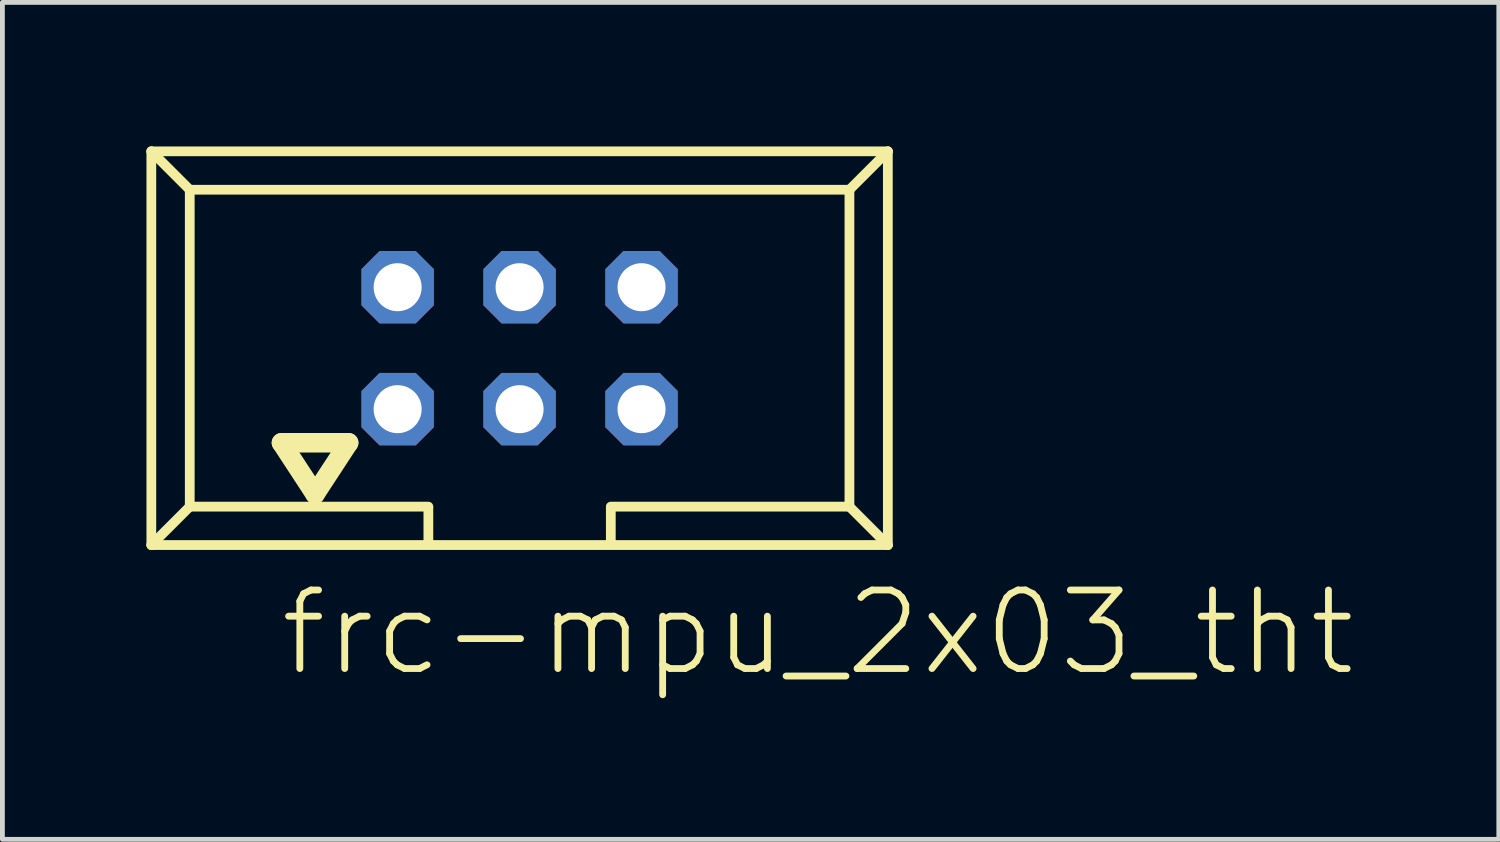
<source format=kicad_pcb>
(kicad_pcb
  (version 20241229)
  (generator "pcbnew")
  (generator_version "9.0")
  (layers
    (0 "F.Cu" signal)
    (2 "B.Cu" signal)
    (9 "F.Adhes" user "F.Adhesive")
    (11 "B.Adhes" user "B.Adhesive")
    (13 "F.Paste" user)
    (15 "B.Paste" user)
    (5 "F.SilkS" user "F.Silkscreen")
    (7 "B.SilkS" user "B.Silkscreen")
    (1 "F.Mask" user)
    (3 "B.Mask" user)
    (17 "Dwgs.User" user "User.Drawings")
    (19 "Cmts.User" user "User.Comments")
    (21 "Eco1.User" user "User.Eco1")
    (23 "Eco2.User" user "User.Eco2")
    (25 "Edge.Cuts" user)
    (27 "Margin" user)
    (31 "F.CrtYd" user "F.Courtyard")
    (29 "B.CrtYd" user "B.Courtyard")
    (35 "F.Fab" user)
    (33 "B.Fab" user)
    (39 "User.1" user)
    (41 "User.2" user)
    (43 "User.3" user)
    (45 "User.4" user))
  (footprint "frc-mpu_2x03_tht"
    (layer "F.Cu")
    (at 7.772 4.202)
    (property "Reference" "frc-mpu_2x03_tht" (at -5.06 6.88 0) (layer "F.SilkS") (effects (font (size 1.636 1.636) (thickness 0.142)) (justify left bottom)))
    (fp_line (start -7.67 -4.1) (end -6.87 -3.3) (stroke (width 0.203) (type solid)) (layer "F.SilkS"))
    (fp_line (start -7.67 4.1) (end -7.67 -4.1) (stroke (width 0.203) (type solid)) (layer "F.SilkS"))
    (fp_line (start -7.67 4.1) (end -6.87 3.3) (stroke (width 0.203) (type solid)) (layer "F.SilkS"))
    (fp_line (start -7.67 4.1) (end 7.67 4.1) (stroke (width 0.203) (type solid)) (layer "F.SilkS"))
    (fp_line (start -6.87 -3.3) (end 6.87 -3.3) (stroke (width 0.203) (type solid)) (layer "F.SilkS"))
    (fp_line (start -6.87 3.3) (end -6.87 -3.3) (stroke (width 0.203) (type solid)) (layer "F.SilkS"))
    (fp_line (start -4.96 1.97) (end -4.26 3.04) (stroke (width 0.406) (type solid)) (layer "F.SilkS"))
    (fp_line (start -4.26 3.04) (end -3.56 1.97) (stroke (width 0.406) (type solid)) (layer "F.SilkS"))
    (fp_line (start -3.56 1.97) (end -4.96 1.97) (stroke (width 0.406) (type solid)) (layer "F.SilkS"))
    (fp_line (start -1.9 3.3) (end -6.87 3.3) (stroke (width 0.203) (type solid)) (layer "F.SilkS"))
    (fp_line (start -1.9 3.32) (end -1.9 4.03) (stroke (width 0.203) (type solid)) (layer "F.SilkS"))
    (fp_line (start 1.9 3.32) (end 1.9 4.03) (stroke (width 0.203) (type solid)) (layer "F.SilkS"))
    (fp_line (start 6.87 -3.3) (end 6.87 3.3) (stroke (width 0.203) (type solid)) (layer "F.SilkS"))
    (fp_line (start 6.87 3.3) (end 1.9 3.3) (stroke (width 0.203) (type solid)) (layer "F.SilkS"))
    (fp_line (start 6.87 3.3) (end 7.67 4.1) (stroke (width 0.203) (type solid)) (layer "F.SilkS"))
    (fp_line (start 7.67 -4.1) (end -7.67 -4.1) (stroke (width 0.203) (type solid)) (layer "F.SilkS"))
    (fp_line (start 7.67 -4.1) (end 6.87 -3.3) (stroke (width 0.203) (type solid)) (layer "F.SilkS"))
    (fp_line (start 7.67 4.1) (end 7.67 -4.1) (stroke (width 0.203) (type solid)) (layer "F.SilkS"))
    (pad "1" thru_hole roundrect (at -2.54 1.27) (size 1.508 1.508) (drill 1) (layers "*.Cu" "*.Mask") (roundrect_rratio 0.25) (chamfer_ratio 0.25) (chamfer top_left top_right bottom_left bottom_right))
    (pad "2" thru_hole roundrect (at -2.54 -1.27) (size 1.508 1.508) (drill 1) (layers "*.Cu" "*.Mask") (roundrect_rratio 0.25) (chamfer_ratio 0.25) (chamfer top_left top_right bottom_left bottom_right))
    (pad "3" thru_hole roundrect (at 0 1.27) (size 1.508 1.508) (drill 1) (layers "*.Cu" "*.Mask") (roundrect_rratio 0.25) (chamfer_ratio 0.25) (chamfer top_left top_right bottom_left bottom_right))
    (pad "4" thru_hole roundrect (at 0 -1.27) (size 1.508 1.508) (drill 1) (layers "*.Cu" "*.Mask") (roundrect_rratio 0.25) (chamfer_ratio 0.25) (chamfer top_left top_right bottom_left bottom_right))
    (pad "5" thru_hole roundrect (at 2.54 1.27) (size 1.508 1.508) (drill 1) (layers "*.Cu" "*.Mask") (roundrect_rratio 0.25) (chamfer_ratio 0.25) (chamfer top_left top_right bottom_left bottom_right))
    (pad "6" thru_hole roundrect (at 2.54 -1.27) (size 1.508 1.508) (drill 1) (layers "*.Cu" "*.Mask") (roundrect_rratio 0.25) (chamfer_ratio 0.25) (chamfer top_left top_right bottom_left bottom_right)))
  (gr_rect
    (start -3 -3)
    (end 28.167 14.432)
    (stroke (width 0.1) (type default))
    (fill no)
    (layer "Edge.Cuts")))
</source>
